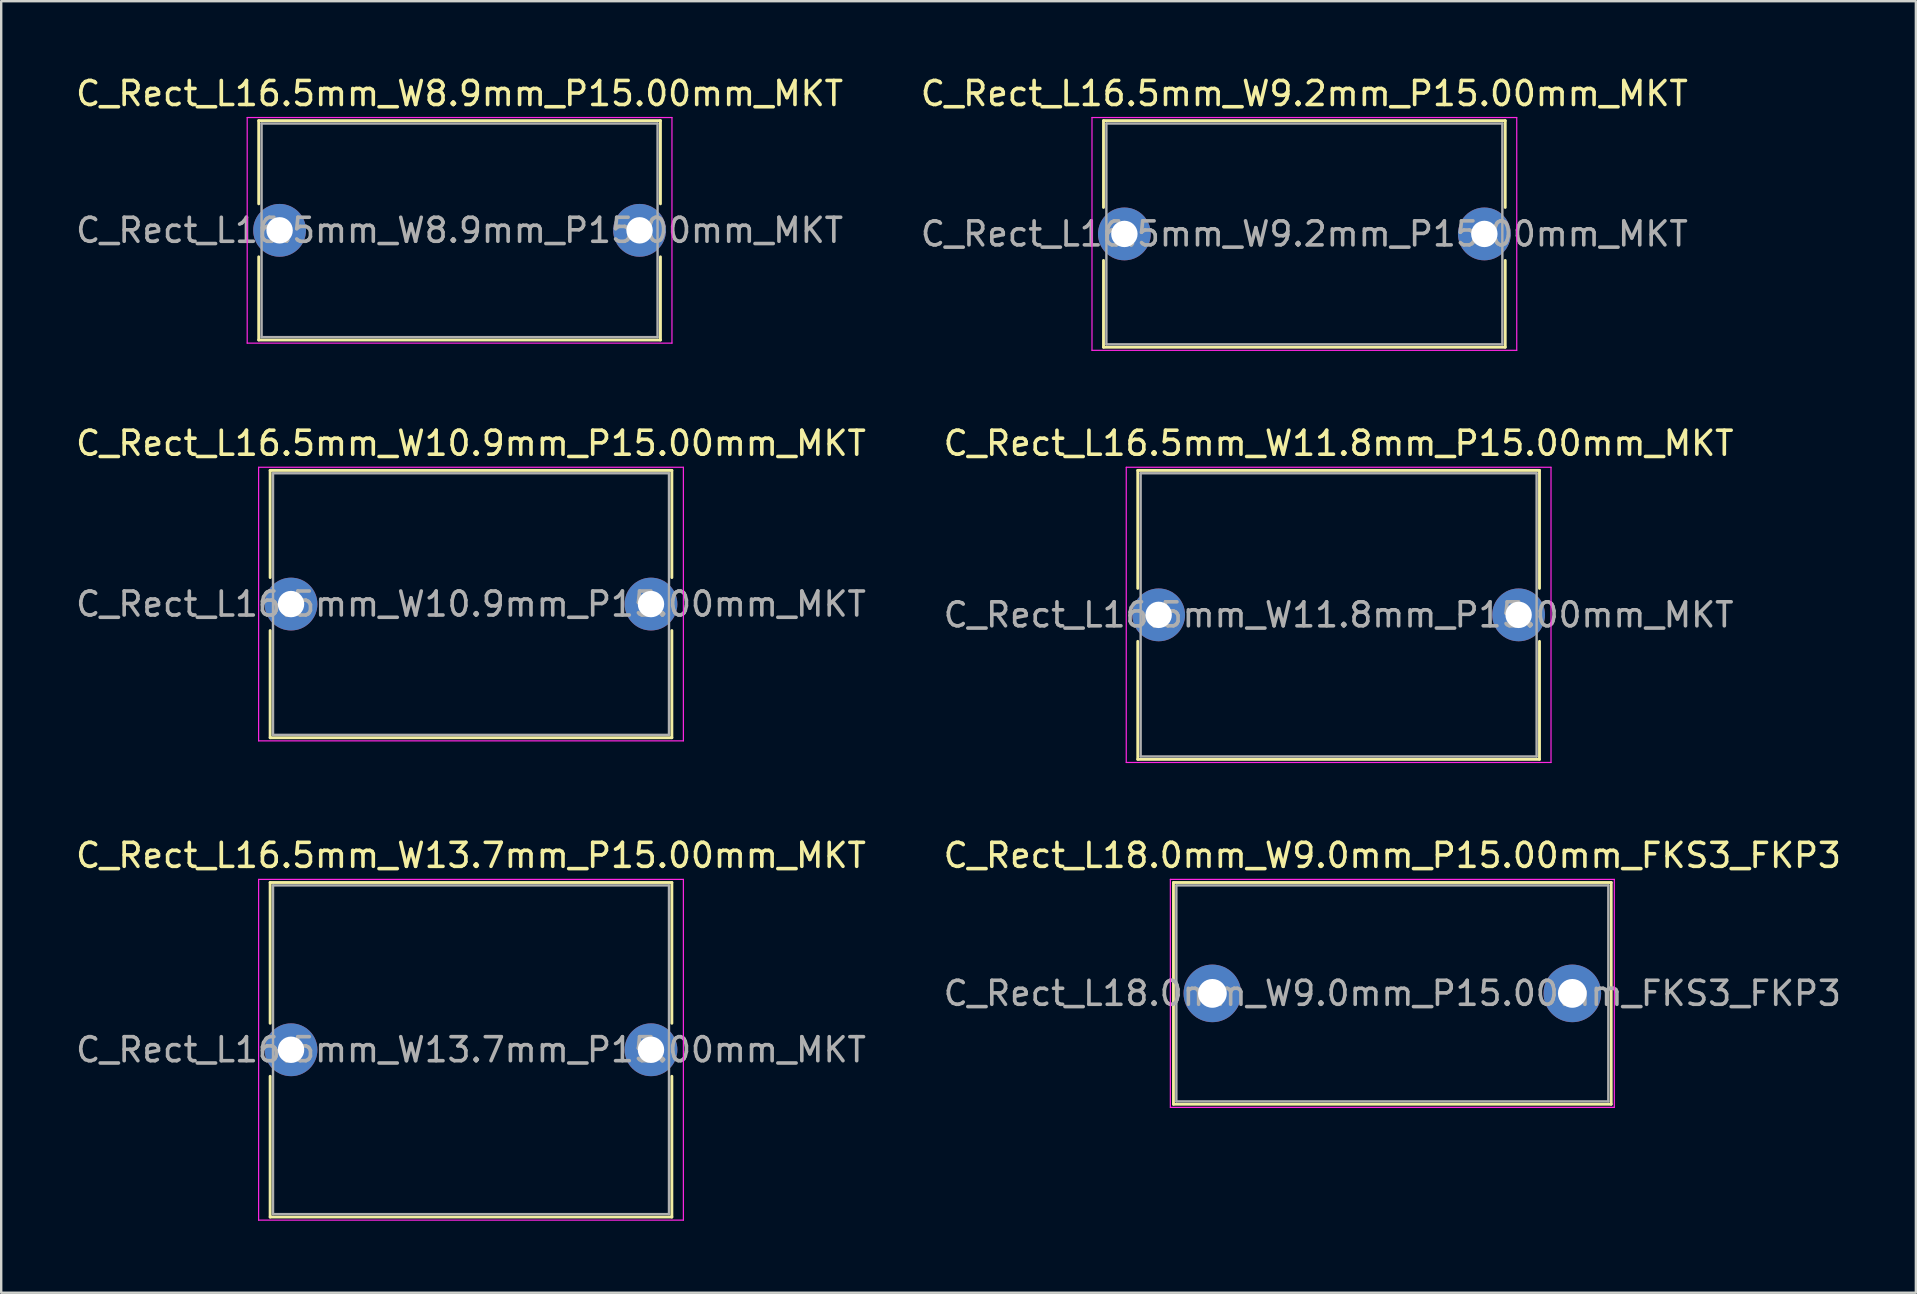
<source format=kicad_pcb>
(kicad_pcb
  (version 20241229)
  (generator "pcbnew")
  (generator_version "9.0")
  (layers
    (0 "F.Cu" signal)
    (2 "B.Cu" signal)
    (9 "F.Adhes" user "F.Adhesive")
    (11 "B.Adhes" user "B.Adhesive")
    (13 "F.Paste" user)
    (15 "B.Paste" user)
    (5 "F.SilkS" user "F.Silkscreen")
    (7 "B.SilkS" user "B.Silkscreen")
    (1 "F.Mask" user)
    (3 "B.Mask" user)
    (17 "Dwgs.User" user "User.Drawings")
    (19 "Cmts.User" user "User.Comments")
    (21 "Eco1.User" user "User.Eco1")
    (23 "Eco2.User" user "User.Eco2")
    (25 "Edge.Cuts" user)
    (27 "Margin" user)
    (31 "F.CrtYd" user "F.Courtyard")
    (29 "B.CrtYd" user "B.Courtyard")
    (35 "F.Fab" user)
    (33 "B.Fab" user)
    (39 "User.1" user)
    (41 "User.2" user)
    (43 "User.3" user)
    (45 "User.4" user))
  (footprint "C_Rect_L16.5mm_W9.2mm_P15.00mm_MKT"
    (layer "F.Cu")
    (at 43.804 6.698)
    (property "Reference" "C_Rect_L16.5mm_W9.2mm_P15.00mm_MKT" (at 7.5 -5.85 0) (layer "F.SilkS") (effects (font (size 1 1) (thickness 0.15))))
    (attr through_hole)
    (fp_line (start -0.87 -4.72) (end -0.87 -1.104) (stroke (width 0.12) (type solid)) (layer "F.SilkS"))
    (fp_line (start -0.87 -4.72) (end 15.87 -4.72) (stroke (width 0.12) (type solid)) (layer "F.SilkS"))
    (fp_line (start -0.87 1.104) (end -0.87 4.72) (stroke (width 0.12) (type solid)) (layer "F.SilkS"))
    (fp_line (start -0.87 4.72) (end 15.87 4.72) (stroke (width 0.12) (type solid)) (layer "F.SilkS"))
    (fp_line (start 15.87 -4.72) (end 15.87 -1.104) (stroke (width 0.12) (type solid)) (layer "F.SilkS"))
    (fp_line (start 15.87 1.104) (end 15.87 4.72) (stroke (width 0.12) (type solid)) (layer "F.SilkS"))
    (fp_line (start -1.35 -4.85) (end -1.35 4.85) (stroke (width 0.05) (type solid)) (layer "F.CrtYd"))
    (fp_line (start -1.35 4.85) (end 16.35 4.85) (stroke (width 0.05) (type solid)) (layer "F.CrtYd"))
    (fp_line (start 16.35 -4.85) (end -1.35 -4.85) (stroke (width 0.05) (type solid)) (layer "F.CrtYd"))
    (fp_line (start 16.35 4.85) (end 16.35 -4.85) (stroke (width 0.05) (type solid)) (layer "F.CrtYd"))
    (fp_line (start -0.75 -4.6) (end -0.75 4.6) (stroke (width 0.1) (type solid)) (layer "F.Fab"))
    (fp_line (start -0.75 4.6) (end 15.75 4.6) (stroke (width 0.1) (type solid)) (layer "F.Fab"))
    (fp_line (start 15.75 -4.6) (end -0.75 -4.6) (stroke (width 0.1) (type solid)) (layer "F.Fab"))
    (fp_line (start 15.75 4.6) (end 15.75 -4.6) (stroke (width 0.1) (type solid)) (layer "F.Fab"))
    (fp_text user "${REFERENCE}" (at 7.5 0 0) (layer "F.Fab") (effects (font (size 1 1) (thickness 0.15))))
    (pad "1" thru_hole circle (at 0 0) (size 2.2 2.2) (drill 1.1) (layers "*.Cu" "*.Mask"))
    (pad "2" thru_hole circle (at 15 0) (size 2.2 2.2) (drill 1.1) (layers "*.Cu" "*.Mask")))
  (footprint "C_Rect_L16.5mm_W13.7mm_P15.00mm_MKT"
    (layer "F.Cu")
    (at 9.077 40.695)
    (property "Reference" "C_Rect_L16.5mm_W13.7mm_P15.00mm_MKT" (at 7.5 -8.1 0) (layer "F.SilkS") (effects (font (size 1 1) (thickness 0.15))))
    (attr through_hole)
    (fp_line (start -0.87 -6.97) (end -0.87 -1.104) (stroke (width 0.12) (type solid)) (layer "F.SilkS"))
    (fp_line (start -0.87 -6.97) (end 15.87 -6.97) (stroke (width 0.12) (type solid)) (layer "F.SilkS"))
    (fp_line (start -0.87 1.104) (end -0.87 6.97) (stroke (width 0.12) (type solid)) (layer "F.SilkS"))
    (fp_line (start -0.87 6.97) (end 15.87 6.97) (stroke (width 0.12) (type solid)) (layer "F.SilkS"))
    (fp_line (start 15.87 -6.97) (end 15.87 -1.104) (stroke (width 0.12) (type solid)) (layer "F.SilkS"))
    (fp_line (start 15.87 1.104) (end 15.87 6.97) (stroke (width 0.12) (type solid)) (layer "F.SilkS"))
    (fp_line (start -1.35 -7.1) (end -1.35 7.1) (stroke (width 0.05) (type solid)) (layer "F.CrtYd"))
    (fp_line (start -1.35 7.1) (end 16.35 7.1) (stroke (width 0.05) (type solid)) (layer "F.CrtYd"))
    (fp_line (start 16.35 -7.1) (end -1.35 -7.1) (stroke (width 0.05) (type solid)) (layer "F.CrtYd"))
    (fp_line (start 16.35 7.1) (end 16.35 -7.1) (stroke (width 0.05) (type solid)) (layer "F.CrtYd"))
    (fp_line (start -0.75 -6.85) (end -0.75 6.85) (stroke (width 0.1) (type solid)) (layer "F.Fab"))
    (fp_line (start -0.75 6.85) (end 15.75 6.85) (stroke (width 0.1) (type solid)) (layer "F.Fab"))
    (fp_line (start 15.75 -6.85) (end -0.75 -6.85) (stroke (width 0.1) (type solid)) (layer "F.Fab"))
    (fp_line (start 15.75 6.85) (end 15.75 -6.85) (stroke (width 0.1) (type solid)) (layer "F.Fab"))
    (fp_text user "${REFERENCE}" (at 7.5 0 0) (layer "F.Fab") (effects (font (size 1 1) (thickness 0.15))))
    (pad "1" thru_hole circle (at 0 0) (size 2.2 2.2) (drill 1.1) (layers "*.Cu" "*.Mask"))
    (pad "2" thru_hole circle (at 15 0) (size 2.2 2.2) (drill 1.1) (layers "*.Cu" "*.Mask")))
  (footprint "C_Rect_L16.5mm_W8.9mm_P15.00mm_MKT"
    (layer "F.Cu")
    (at 8.601 6.548)
    (property "Reference" "C_Rect_L16.5mm_W8.9mm_P15.00mm_MKT" (at 7.5 -5.7 0) (layer "F.SilkS") (effects (font (size 1 1) (thickness 0.15))))
    (attr through_hole)
    (fp_line (start -0.87 -4.57) (end -0.87 -1.104) (stroke (width 0.12) (type solid)) (layer "F.SilkS"))
    (fp_line (start -0.87 -4.57) (end 15.87 -4.57) (stroke (width 0.12) (type solid)) (layer "F.SilkS"))
    (fp_line (start -0.87 1.104) (end -0.87 4.57) (stroke (width 0.12) (type solid)) (layer "F.SilkS"))
    (fp_line (start -0.87 4.57) (end 15.87 4.57) (stroke (width 0.12) (type solid)) (layer "F.SilkS"))
    (fp_line (start 15.87 -4.57) (end 15.87 -1.104) (stroke (width 0.12) (type solid)) (layer "F.SilkS"))
    (fp_line (start 15.87 1.104) (end 15.87 4.57) (stroke (width 0.12) (type solid)) (layer "F.SilkS"))
    (fp_line (start -1.35 -4.7) (end -1.35 4.7) (stroke (width 0.05) (type solid)) (layer "F.CrtYd"))
    (fp_line (start -1.35 4.7) (end 16.35 4.7) (stroke (width 0.05) (type solid)) (layer "F.CrtYd"))
    (fp_line (start 16.35 -4.7) (end -1.35 -4.7) (stroke (width 0.05) (type solid)) (layer "F.CrtYd"))
    (fp_line (start 16.35 4.7) (end 16.35 -4.7) (stroke (width 0.05) (type solid)) (layer "F.CrtYd"))
    (fp_line (start -0.75 -4.45) (end -0.75 4.45) (stroke (width 0.1) (type solid)) (layer "F.Fab"))
    (fp_line (start -0.75 4.45) (end 15.75 4.45) (stroke (width 0.1) (type solid)) (layer "F.Fab"))
    (fp_line (start 15.75 -4.45) (end -0.75 -4.45) (stroke (width 0.1) (type solid)) (layer "F.Fab"))
    (fp_line (start 15.75 4.45) (end 15.75 -4.45) (stroke (width 0.1) (type solid)) (layer "F.Fab"))
    (fp_text user "${REFERENCE}" (at 7.5 0 0) (layer "F.Fab") (effects (font (size 1 1) (thickness 0.15))))
    (pad "1" thru_hole circle (at 0 0) (size 2.2 2.2) (drill 1.1) (layers "*.Cu" "*.Mask"))
    (pad "2" thru_hole circle (at 15 0) (size 2.2 2.2) (drill 1.1) (layers "*.Cu" "*.Mask")))
  (footprint "C_Rect_L18.0mm_W9.0mm_P15.00mm_FKS3_FKP3"
    (layer "F.Cu")
    (at 47.47 38.345)
    (property "Reference" "C_Rect_L18.0mm_W9.0mm_P15.00mm_FKS3_FKP3" (at 7.5 -5.75 0) (layer "F.SilkS") (effects (font (size 1 1) (thickness 0.15))))
    (attr through_hole)
    (fp_line (start -1.62 -4.62) (end -1.62 4.62) (stroke (width 0.12) (type solid)) (layer "F.SilkS"))
    (fp_line (start -1.62 -4.62) (end 16.62 -4.62) (stroke (width 0.12) (type solid)) (layer "F.SilkS"))
    (fp_line (start -1.62 4.62) (end 16.62 4.62) (stroke (width 0.12) (type solid)) (layer "F.SilkS"))
    (fp_line (start 16.62 -4.62) (end 16.62 4.62) (stroke (width 0.12) (type solid)) (layer "F.SilkS"))
    (fp_line (start -1.75 -4.75) (end -1.75 4.75) (stroke (width 0.05) (type solid)) (layer "F.CrtYd"))
    (fp_line (start -1.75 4.75) (end 16.75 4.75) (stroke (width 0.05) (type solid)) (layer "F.CrtYd"))
    (fp_line (start 16.75 -4.75) (end -1.75 -4.75) (stroke (width 0.05) (type solid)) (layer "F.CrtYd"))
    (fp_line (start 16.75 4.75) (end 16.75 -4.75) (stroke (width 0.05) (type solid)) (layer "F.CrtYd"))
    (fp_line (start -1.5 -4.5) (end -1.5 4.5) (stroke (width 0.1) (type solid)) (layer "F.Fab"))
    (fp_line (start -1.5 4.5) (end 16.5 4.5) (stroke (width 0.1) (type solid)) (layer "F.Fab"))
    (fp_line (start 16.5 -4.5) (end -1.5 -4.5) (stroke (width 0.1) (type solid)) (layer "F.Fab"))
    (fp_line (start 16.5 4.5) (end 16.5 -4.5) (stroke (width 0.1) (type solid)) (layer "F.Fab"))
    (fp_text user "${REFERENCE}" (at 7.5 0 0) (layer "F.Fab") (effects (font (size 1 1) (thickness 0.15))))
    (pad "1" thru_hole circle (at 0 0) (size 2.4 2.4) (drill 1.2) (layers "*.Cu" "*.Mask"))
    (pad "2" thru_hole circle (at 15 0) (size 2.4 2.4) (drill 1.2) (layers "*.Cu" "*.Mask")))
  (footprint "C_Rect_L16.5mm_W10.9mm_P15.00mm_MKT"
    (layer "F.Cu")
    (at 9.077 22.122)
    (property "Reference" "C_Rect_L16.5mm_W10.9mm_P15.00mm_MKT" (at 7.5 -6.7 0) (layer "F.SilkS") (effects (font (size 1 1) (thickness 0.15))))
    (attr through_hole)
    (fp_line (start -0.87 -5.57) (end -0.87 -1.104) (stroke (width 0.12) (type solid)) (layer "F.SilkS"))
    (fp_line (start -0.87 -5.57) (end 15.87 -5.57) (stroke (width 0.12) (type solid)) (layer "F.SilkS"))
    (fp_line (start -0.87 1.104) (end -0.87 5.57) (stroke (width 0.12) (type solid)) (layer "F.SilkS"))
    (fp_line (start -0.87 5.57) (end 15.87 5.57) (stroke (width 0.12) (type solid)) (layer "F.SilkS"))
    (fp_line (start 15.87 -5.57) (end 15.87 -1.104) (stroke (width 0.12) (type solid)) (layer "F.SilkS"))
    (fp_line (start 15.87 1.104) (end 15.87 5.57) (stroke (width 0.12) (type solid)) (layer "F.SilkS"))
    (fp_line (start -1.35 -5.7) (end -1.35 5.7) (stroke (width 0.05) (type solid)) (layer "F.CrtYd"))
    (fp_line (start -1.35 5.7) (end 16.35 5.7) (stroke (width 0.05) (type solid)) (layer "F.CrtYd"))
    (fp_line (start 16.35 -5.7) (end -1.35 -5.7) (stroke (width 0.05) (type solid)) (layer "F.CrtYd"))
    (fp_line (start 16.35 5.7) (end 16.35 -5.7) (stroke (width 0.05) (type solid)) (layer "F.CrtYd"))
    (fp_line (start -0.75 -5.45) (end -0.75 5.45) (stroke (width 0.1) (type solid)) (layer "F.Fab"))
    (fp_line (start -0.75 5.45) (end 15.75 5.45) (stroke (width 0.1) (type solid)) (layer "F.Fab"))
    (fp_line (start 15.75 -5.45) (end -0.75 -5.45) (stroke (width 0.1) (type solid)) (layer "F.Fab"))
    (fp_line (start 15.75 5.45) (end 15.75 -5.45) (stroke (width 0.1) (type solid)) (layer "F.Fab"))
    (fp_text user "${REFERENCE}" (at 7.5 0 0) (layer "F.Fab") (effects (font (size 1 1) (thickness 0.15))))
    (pad "1" thru_hole circle (at 0 0) (size 2.2 2.2) (drill 1.1) (layers "*.Cu" "*.Mask"))
    (pad "2" thru_hole circle (at 15 0) (size 2.2 2.2) (drill 1.1) (layers "*.Cu" "*.Mask")))
  (footprint "C_Rect_L16.5mm_W11.8mm_P15.00mm_MKT"
    (layer "F.Cu")
    (at 45.232 22.572)
    (property "Reference" "C_Rect_L16.5mm_W11.8mm_P15.00mm_MKT" (at 7.5 -7.15 0) (layer "F.SilkS") (effects (font (size 1 1) (thickness 0.15))))
    (attr through_hole)
    (fp_line (start -0.87 -6.02) (end -0.87 -1.104) (stroke (width 0.12) (type solid)) (layer "F.SilkS"))
    (fp_line (start -0.87 -6.02) (end 15.87 -6.02) (stroke (width 0.12) (type solid)) (layer "F.SilkS"))
    (fp_line (start -0.87 1.104) (end -0.87 6.02) (stroke (width 0.12) (type solid)) (layer "F.SilkS"))
    (fp_line (start -0.87 6.02) (end 15.87 6.02) (stroke (width 0.12) (type solid)) (layer "F.SilkS"))
    (fp_line (start 15.87 -6.02) (end 15.87 -1.104) (stroke (width 0.12) (type solid)) (layer "F.SilkS"))
    (fp_line (start 15.87 1.104) (end 15.87 6.02) (stroke (width 0.12) (type solid)) (layer "F.SilkS"))
    (fp_line (start -1.35 -6.15) (end -1.35 6.15) (stroke (width 0.05) (type solid)) (layer "F.CrtYd"))
    (fp_line (start -1.35 6.15) (end 16.35 6.15) (stroke (width 0.05) (type solid)) (layer "F.CrtYd"))
    (fp_line (start 16.35 -6.15) (end -1.35 -6.15) (stroke (width 0.05) (type solid)) (layer "F.CrtYd"))
    (fp_line (start 16.35 6.15) (end 16.35 -6.15) (stroke (width 0.05) (type solid)) (layer "F.CrtYd"))
    (fp_line (start -0.75 -5.9) (end -0.75 5.9) (stroke (width 0.1) (type solid)) (layer "F.Fab"))
    (fp_line (start -0.75 5.9) (end 15.75 5.9) (stroke (width 0.1) (type solid)) (layer "F.Fab"))
    (fp_line (start 15.75 -5.9) (end -0.75 -5.9) (stroke (width 0.1) (type solid)) (layer "F.Fab"))
    (fp_line (start 15.75 5.9) (end 15.75 -5.9) (stroke (width 0.1) (type solid)) (layer "F.Fab"))
    (fp_text user "${REFERENCE}" (at 7.5 0 0) (layer "F.Fab") (effects (font (size 1 1) (thickness 0.15))))
    (pad "1" thru_hole circle (at 0 0) (size 2.2 2.2) (drill 1.1) (layers "*.Cu" "*.Mask"))
    (pad "2" thru_hole circle (at 15 0) (size 2.2 2.2) (drill 1.1) (layers "*.Cu" "*.Mask")))
  (gr_rect
    (start -3 -3)
    (end 76.786 50.82)
    (stroke (width 0.1) (type default))
    (fill no)
    (layer "Edge.Cuts")))
</source>
